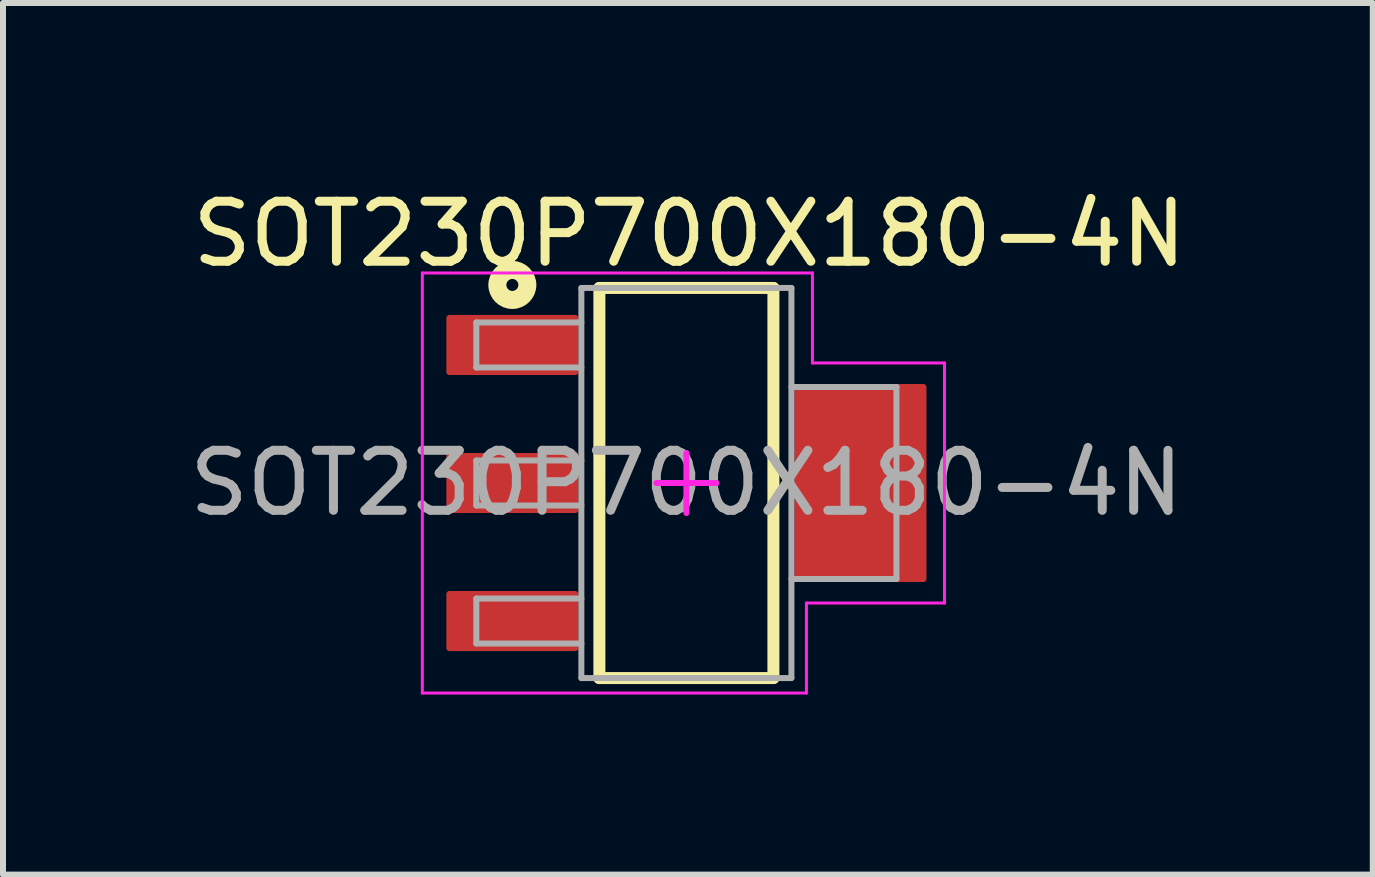
<source format=kicad_pcb>
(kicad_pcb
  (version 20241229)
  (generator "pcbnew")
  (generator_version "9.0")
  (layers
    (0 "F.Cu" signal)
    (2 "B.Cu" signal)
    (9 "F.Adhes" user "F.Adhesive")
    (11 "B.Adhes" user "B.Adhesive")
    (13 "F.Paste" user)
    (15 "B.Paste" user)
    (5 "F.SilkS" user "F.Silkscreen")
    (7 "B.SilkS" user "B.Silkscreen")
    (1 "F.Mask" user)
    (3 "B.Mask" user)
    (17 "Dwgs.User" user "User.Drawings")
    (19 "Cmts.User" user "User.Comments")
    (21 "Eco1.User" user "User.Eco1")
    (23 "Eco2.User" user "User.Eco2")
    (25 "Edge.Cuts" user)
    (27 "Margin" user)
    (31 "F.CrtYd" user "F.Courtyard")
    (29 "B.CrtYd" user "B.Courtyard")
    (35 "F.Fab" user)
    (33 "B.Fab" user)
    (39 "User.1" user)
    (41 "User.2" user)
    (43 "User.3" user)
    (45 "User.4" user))
  (footprint "SOT230P700X180-4N"
    (layer "F.Cu")
    (at 8.387 4.998)
    (property "Reference" "SOT230P700X180-4N" (at 0.05 -4.15 0) (layer "F.SilkS") (effects (font (size 1 1) (thickness 0.15))))
    (attr through_hole)
    (fp_line (start -1.45 -3.25) (end 1.45 -3.25) (stroke (width 0.2) (type solid)) (layer "F.SilkS"))
    (fp_line (start -1.45 3.25) (end -1.45 -3.25) (stroke (width 0.2) (type solid)) (layer "F.SilkS"))
    (fp_line (start 1.45 -3.25) (end 1.45 3.25) (stroke (width 0.2) (type solid)) (layer "F.SilkS"))
    (fp_line (start 1.45 3.25) (end -1.45 3.25) (stroke (width 0.2) (type solid)) (layer "F.SilkS"))
    (fp_circle (center -2.9 -3.3) (end -2.8 -3.3) (stroke (width 0.3) (type solid)) (fill no) (layer "F.SilkS"))
    (fp_line (start -4.4 -3.5) (end 2.1 -3.5) (stroke (width 0.05) (type solid)) (layer "F.CrtYd"))
    (fp_line (start -4.4 3.5) (end -4.4 -3.5) (stroke (width 0.05) (type solid)) (layer "F.CrtYd"))
    (fp_line (start -0.5 0) (end 0.5 0) (stroke (width 0.1) (type solid)) (layer "F.CrtYd"))
    (fp_line (start 0 -0.5) (end 0 0.5) (stroke (width 0.1) (type solid)) (layer "F.CrtYd"))
    (fp_line (start 2 2) (end 2 3.5) (stroke (width 0.05) (type solid)) (layer "F.CrtYd"))
    (fp_line (start 2 3.5) (end -4.4 3.5) (stroke (width 0.05) (type solid)) (layer "F.CrtYd"))
    (fp_line (start 2.1 -3.5) (end 2.1 -2) (stroke (width 0.05) (type solid)) (layer "F.CrtYd"))
    (fp_line (start 2.1 -2) (end 4.3 -2) (stroke (width 0.05) (type solid)) (layer "F.CrtYd"))
    (fp_line (start 4.3 -2) (end 4.3 2) (stroke (width 0.05) (type solid)) (layer "F.CrtYd"))
    (fp_line (start 4.3 2) (end 2 2) (stroke (width 0.05) (type solid)) (layer "F.CrtYd"))
    (fp_line (start -3.5 -2.675) (end -1.75 -2.675) (stroke (width 0.1) (type solid)) (layer "F.Fab"))
    (fp_line (start -3.5 -1.925) (end -3.5 -2.675) (stroke (width 0.1) (type solid)) (layer "F.Fab"))
    (fp_line (start -3.5 -0.375) (end -1.75 -0.375) (stroke (width 0.1) (type solid)) (layer "F.Fab"))
    (fp_line (start -3.5 0.375) (end -3.5 -0.375) (stroke (width 0.1) (type solid)) (layer "F.Fab"))
    (fp_line (start -3.5 1.925) (end -1.75 1.925) (stroke (width 0.1) (type solid)) (layer "F.Fab"))
    (fp_line (start -3.5 2.675) (end -3.5 1.925) (stroke (width 0.1) (type solid)) (layer "F.Fab"))
    (fp_line (start -1.75 -3.25) (end -1.75 3.25) (stroke (width 0.1) (type solid)) (layer "F.Fab"))
    (fp_line (start -1.75 -3.25) (end 1.75 -3.25) (stroke (width 0.1) (type solid)) (layer "F.Fab"))
    (fp_line (start -1.75 -1.925) (end -3.5 -1.925) (stroke (width 0.1) (type solid)) (layer "F.Fab"))
    (fp_line (start -1.75 0.375) (end -3.5 0.375) (stroke (width 0.1) (type solid)) (layer "F.Fab"))
    (fp_line (start -1.75 2.675) (end -3.5 2.675) (stroke (width 0.1) (type solid)) (layer "F.Fab"))
    (fp_line (start -1.75 3.25) (end 1.75 3.25) (stroke (width 0.1) (type solid)) (layer "F.Fab"))
    (fp_line (start 1.75 -3.25) (end 1.75 3.25) (stroke (width 0.1) (type solid)) (layer "F.Fab"))
    (fp_line (start 3.5 -1.6) (end 1.75 -1.6) (stroke (width 0.1) (type solid)) (layer "F.Fab"))
    (fp_line (start 3.5 1.6) (end 1.75 1.6) (stroke (width 0.1) (type solid)) (layer "F.Fab"))
    (fp_line (start 3.5 1.6) (end 3.5 -1.6) (stroke (width 0.1) (type solid)) (layer "F.Fab"))
    (fp_text user "${REFERENCE}" (at 0 0 0) (layer "F.Fab") (effects (font (size 1 1) (thickness 0.15))))
    (pad "1" smd roundrect (at -2.9 -2.3) (size 2.2 1) (layers "F.Cu" "F.Mask" "F.Paste") (roundrect_rratio 0.05))
    (pad "2" smd roundrect (at -2.9 0) (size 2.2 1) (layers "F.Cu" "F.Mask" "F.Paste") (roundrect_rratio 0.05))
    (pad "3" smd roundrect (at -2.9 2.3) (size 2.2 1) (layers "F.Cu" "F.Mask" "F.Paste") (roundrect_rratio 0.05))
    (pad "4" smd roundrect (at 2.9 0) (size 2.2 3.3) (layers "F.Cu" "F.Mask" "F.Paste") (roundrect_rratio 0.023)))
  (gr_rect
    (start -3 -3)
    (end 19.824 11.523)
    (stroke (width 0.1) (type default))
    (fill no)
    (layer "Edge.Cuts")))
</source>
